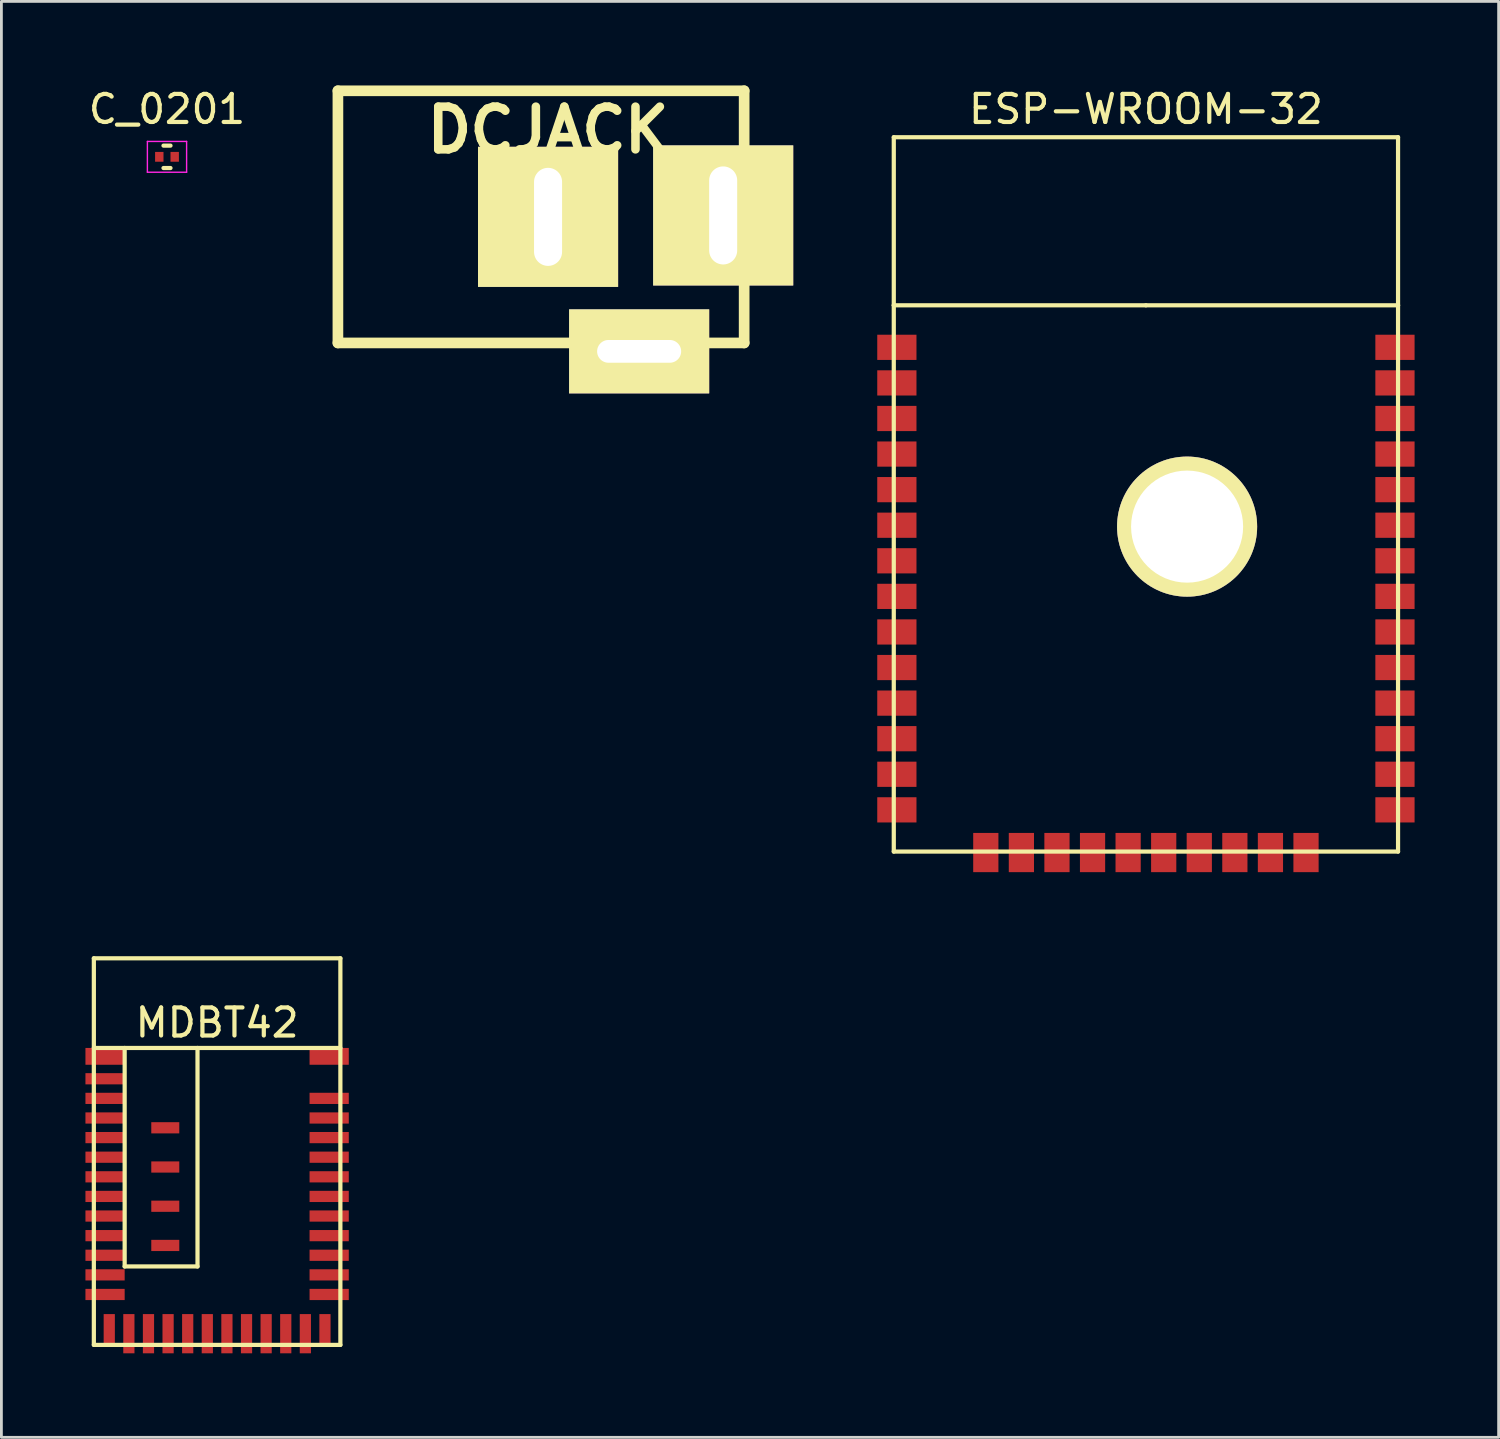
<source format=kicad_pcb>
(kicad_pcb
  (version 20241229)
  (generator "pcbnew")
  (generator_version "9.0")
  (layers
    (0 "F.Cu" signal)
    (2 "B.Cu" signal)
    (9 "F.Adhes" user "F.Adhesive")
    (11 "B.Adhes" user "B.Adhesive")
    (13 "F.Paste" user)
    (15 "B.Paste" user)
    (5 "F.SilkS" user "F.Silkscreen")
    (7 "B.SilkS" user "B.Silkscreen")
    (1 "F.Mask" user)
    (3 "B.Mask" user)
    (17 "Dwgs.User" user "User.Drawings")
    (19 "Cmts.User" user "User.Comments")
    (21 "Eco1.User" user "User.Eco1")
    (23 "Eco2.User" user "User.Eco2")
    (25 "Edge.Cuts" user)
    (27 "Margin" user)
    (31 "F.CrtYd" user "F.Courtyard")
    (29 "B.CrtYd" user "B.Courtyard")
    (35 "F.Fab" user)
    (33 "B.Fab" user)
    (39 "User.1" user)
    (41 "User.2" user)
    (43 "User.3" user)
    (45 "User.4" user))
  (footprint "ESP-WROOM-32"
    (layer "F.Cu")
    (at 37.854 9.348)
    (property "Reference" "ESP-WROOM-32" (at 0 -8.5 0) (layer "F.SilkS") (effects (font (size 1 1) (thickness 0.15))))
    (attr through_hole)
    (fp_line (start -9 -7.5) (end 9 -7.5) (stroke (width 0.15) (type solid)) (layer "F.SilkS"))
    (fp_line (start -9 -1.5) (end -9 -7.5) (stroke (width 0.15) (type solid)) (layer "F.SilkS"))
    (fp_line (start -9 -1.5) (end -9 18) (stroke (width 0.15) (type solid)) (layer "F.SilkS"))
    (fp_line (start -9 18) (end 9 18) (stroke (width 0.15) (type solid)) (layer "F.SilkS"))
    (fp_line (start 0 -1.5) (end -9 -1.5) (stroke (width 0.15) (type solid)) (layer "F.SilkS"))
    (fp_line (start 9 -7.5) (end 9 -1.5) (stroke (width 0.15) (type solid)) (layer "F.SilkS"))
    (fp_line (start 9 -1.5) (end 0 -1.5) (stroke (width 0.15) (type solid)) (layer "F.SilkS"))
    (fp_line (start 9 18) (end 9 -1.5) (stroke (width 0.15) (type solid)) (layer "F.SilkS"))
    (pad "1" smd rect (at -8.89 0) (size 1.4 0.9) (layers "F.Cu" "F.Mask" "F.Paste"))
    (pad "2" smd rect (at -8.89 1.27) (size 1.4 0.9) (layers "F.Cu" "F.Mask" "F.Paste"))
    (pad "3" smd rect (at -8.89 2.54) (size 1.4 0.9) (layers "F.Cu" "F.Mask" "F.Paste"))
    (pad "4" smd rect (at -8.89 3.81) (size 1.4 0.9) (layers "F.Cu" "F.Mask" "F.Paste"))
    (pad "5" smd rect (at -8.89 5.08) (size 1.4 0.9) (layers "F.Cu" "F.Mask" "F.Paste"))
    (pad "6" smd rect (at -8.89 6.35) (size 1.4 0.9) (layers "F.Cu" "F.Mask" "F.Paste"))
    (pad "7" smd rect (at -8.89 7.62) (size 1.4 0.9) (layers "F.Cu" "F.Mask" "F.Paste"))
    (pad "8" smd rect (at -8.89 8.89) (size 1.4 0.9) (layers "F.Cu" "F.Mask" "F.Paste"))
    (pad "9" smd rect (at -8.89 10.16) (size 1.4 0.9) (layers "F.Cu" "F.Mask" "F.Paste"))
    (pad "10" smd rect (at -8.89 11.43) (size 1.4 0.9) (layers "F.Cu" "F.Mask" "F.Paste"))
    (pad "11" smd rect (at -8.89 12.7) (size 1.4 0.9) (layers "F.Cu" "F.Mask" "F.Paste"))
    (pad "12" smd rect (at -8.89 13.97) (size 1.4 0.9) (layers "F.Cu" "F.Mask" "F.Paste"))
    (pad "13" smd rect (at -8.89 15.24) (size 1.4 0.9) (layers "F.Cu" "F.Mask" "F.Paste"))
    (pad "14" smd rect (at -8.89 16.51) (size 1.4 0.9) (layers "F.Cu" "F.Mask" "F.Paste"))
    (pad "15" smd rect (at -5.715 18.034 90) (size 1.4 0.9) (layers "F.Cu" "F.Mask" "F.Paste"))
    (pad "16" smd rect (at -4.445 18.034 90) (size 1.4 0.9) (layers "F.Cu" "F.Mask" "F.Paste"))
    (pad "17" smd rect (at -3.175 18.034 90) (size 1.4 0.9) (layers "F.Cu" "F.Mask" "F.Paste"))
    (pad "18" smd rect (at -1.905 18.034 90) (size 1.4 0.9) (layers "F.Cu" "F.Mask" "F.Paste"))
    (pad "19" smd rect (at -0.635 18.034 90) (size 1.4 0.9) (layers "F.Cu" "F.Mask" "F.Paste"))
    (pad "20" smd rect (at 0.635 18.034 90) (size 1.4 0.9) (layers "F.Cu" "F.Mask" "F.Paste"))
    (pad "21" smd rect (at 1.905 18.034 90) (size 1.4 0.9) (layers "F.Cu" "F.Mask" "F.Paste"))
    (pad "22" smd rect (at 3.175 18.034 90) (size 1.4 0.9) (layers "F.Cu" "F.Mask" "F.Paste"))
    (pad "23" smd rect (at 4.445 18.034 90) (size 1.4 0.9) (layers "F.Cu" "F.Mask" "F.Paste"))
    (pad "24" smd rect (at 5.715 18.034 90) (size 1.4 0.9) (layers "F.Cu" "F.Mask" "F.Paste"))
    (pad "25" smd rect (at 8.89 16.51) (size 1.4 0.9) (layers "F.Cu" "F.Mask" "F.Paste"))
    (pad "26" smd rect (at 8.89 15.24) (size 1.4 0.9) (layers "F.Cu" "F.Mask" "F.Paste"))
    (pad "27" smd rect (at 8.89 13.97) (size 1.4 0.9) (layers "F.Cu" "F.Mask" "F.Paste"))
    (pad "28" smd rect (at 8.89 12.7) (size 1.4 0.9) (layers "F.Cu" "F.Mask" "F.Paste"))
    (pad "29" smd rect (at 8.89 11.43) (size 1.4 0.9) (layers "F.Cu" "F.Mask" "F.Paste"))
    (pad "30" smd rect (at 8.89 10.16) (size 1.4 0.9) (layers "F.Cu" "F.Mask" "F.Paste"))
    (pad "31" smd rect (at 8.89 8.89) (size 1.4 0.9) (layers "F.Cu" "F.Mask" "F.Paste"))
    (pad "32" smd rect (at 8.89 7.62) (size 1.4 0.9) (layers "F.Cu" "F.Mask" "F.Paste"))
    (pad "33" smd rect (at 8.89 6.35) (size 1.4 0.9) (layers "F.Cu" "F.Mask" "F.Paste"))
    (pad "34" smd rect (at 8.89 5.08) (size 1.4 0.9) (layers "F.Cu" "F.Mask" "F.Paste"))
    (pad "35" smd rect (at 8.89 3.81) (size 1.4 0.9) (layers "F.Cu" "F.Mask" "F.Paste"))
    (pad "36" smd rect (at 8.89 2.54) (size 1.4 0.9) (layers "F.Cu" "F.Mask" "F.Paste"))
    (pad "37" smd rect (at 8.89 1.27) (size 1.4 0.9) (layers "F.Cu" "F.Mask" "F.Paste"))
    (pad "38" smd rect (at 8.89 0) (size 1.4 0.9) (layers "F.Cu" "F.Mask" "F.Paste"))
    (pad "39" thru_hole circle (at 1.47 6.4) (size 5 5) (drill 4) (layers "*.Cu" "*.Mask" "F.SilkS")))
  (footprint "MDBT42"
    (layer "F.Cu")
    (at 4.7 38.057)
    (property "Reference" "MDBT42" (at 0 -4.6 0) (layer "F.SilkS") (effects (font (size 1 1) (thickness 0.15))))
    (attr through_hole)
    (fp_line (start -4.4 -6.9) (end -4.4 6.9) (stroke (width 0.15) (type solid)) (layer "F.SilkS"))
    (fp_line (start -4.4 -3.7) (end 4.4 -3.7) (stroke (width 0.15) (type solid)) (layer "F.SilkS"))
    (fp_line (start -4.4 6.9) (end 4.4 6.9) (stroke (width 0.15) (type solid)) (layer "F.SilkS"))
    (fp_line (start -3.3 4.1) (end -3.3 -3.7) (stroke (width 0.15) (type solid)) (layer "F.SilkS"))
    (fp_line (start -0.7 -3.7) (end -0.7 4.1) (stroke (width 0.15) (type solid)) (layer "F.SilkS"))
    (fp_line (start -0.7 4.1) (end -3.3 4.1) (stroke (width 0.15) (type solid)) (layer "F.SilkS"))
    (fp_line (start 4.4 -6.9) (end -4.4 -6.9) (stroke (width 0.15) (type solid)) (layer "F.SilkS"))
    (fp_line (start 4.4 6.9) (end 4.4 -6.9) (stroke (width 0.15) (type solid)) (layer "F.SilkS"))
    (pad "1" smd rect (at -4 -3.4) (size 1.4 0.6) (layers "F.Cu" "F.Mask" "F.Paste"))
    (pad "2" smd rect (at -4 -2.6) (size 1.4 0.4) (layers "F.Cu" "F.Mask" "F.Paste"))
    (pad "3" smd rect (at -4 -1.9) (size 1.4 0.4) (layers "F.Cu" "F.Mask" "F.Paste"))
    (pad "4" smd rect (at -4 -1.2) (size 1.4 0.4) (layers "F.Cu" "F.Mask" "F.Paste"))
    (pad "5" smd rect (at -4 -0.5) (size 1.4 0.4) (layers "F.Cu" "F.Mask" "F.Paste"))
    (pad "6" smd rect (at -4 0.2) (size 1.4 0.4) (layers "F.Cu" "F.Mask" "F.Paste"))
    (pad "7" smd rect (at -4 0.9) (size 1.4 0.4) (layers "F.Cu" "F.Mask" "F.Paste"))
    (pad "8" smd rect (at -4 1.6) (size 1.4 0.4) (layers "F.Cu" "F.Mask" "F.Paste"))
    (pad "9" smd rect (at -4 2.3) (size 1.4 0.4) (layers "F.Cu" "F.Mask" "F.Paste"))
    (pad "10" smd rect (at -4 3) (size 1.4 0.4) (layers "F.Cu" "F.Mask" "F.Paste"))
    (pad "11" smd rect (at -4 3.7) (size 1.4 0.4) (layers "F.Cu" "F.Mask" "F.Paste"))
    (pad "12" smd rect (at -4 4.4) (size 1.4 0.4) (layers "F.Cu" "F.Mask" "F.Paste"))
    (pad "13" smd rect (at -4 5.1) (size 1.4 0.4) (layers "F.Cu" "F.Mask" "F.Paste"))
    (pad "14" smd rect (at -3.85 6.35) (size 0.4 1.1) (layers "F.Cu" "F.Mask" "F.Paste"))
    (pad "15" smd rect (at -3.15 6.5) (size 0.4 1.4) (layers "F.Cu" "F.Mask" "F.Paste"))
    (pad "16" smd rect (at -2.45 6.5) (size 0.4 1.4) (layers "F.Cu" "F.Mask" "F.Paste"))
    (pad "17" smd rect (at -1.75 6.5) (size 0.4 1.4) (layers "F.Cu" "F.Mask" "F.Paste"))
    (pad "18" smd rect (at -1.05 6.5) (size 0.4 1.4) (layers "F.Cu" "F.Mask" "F.Paste"))
    (pad "19" smd rect (at -0.35 6.5) (size 0.4 1.4) (layers "F.Cu" "F.Mask" "F.Paste"))
    (pad "20" smd rect (at 0.35 6.5) (size 0.4 1.4) (layers "F.Cu" "F.Mask" "F.Paste"))
    (pad "21" smd rect (at 1.05 6.5) (size 0.4 1.4) (layers "F.Cu" "F.Mask" "F.Paste"))
    (pad "22" smd rect (at 1.75 6.5) (size 0.4 1.4) (layers "F.Cu" "F.Mask" "F.Paste"))
    (pad "23" smd rect (at 2.45 6.5) (size 0.4 1.4) (layers "F.Cu" "F.Mask" "F.Paste"))
    (pad "24" smd rect (at 3.15 6.5) (size 0.4 1.4) (layers "F.Cu" "F.Mask" "F.Paste"))
    (pad "25" smd rect (at 3.85 6.35) (size 0.4 1.1) (layers "F.Cu" "F.Mask" "F.Paste"))
    (pad "26" smd rect (at 4 5.1) (size 1.4 0.4) (layers "F.Cu" "F.Mask" "F.Paste"))
    (pad "27" smd rect (at 4 4.4) (size 1.4 0.4) (layers "F.Cu" "F.Mask" "F.Paste"))
    (pad "28" smd rect (at 4 3.7) (size 1.4 0.4) (layers "F.Cu" "F.Mask" "F.Paste"))
    (pad "29" smd rect (at 4 3) (size 1.4 0.4) (layers "F.Cu" "F.Mask" "F.Paste"))
    (pad "30" smd rect (at 4 2.3) (size 1.4 0.4) (layers "F.Cu" "F.Mask" "F.Paste"))
    (pad "31" smd rect (at 4 1.6) (size 1.4 0.4) (layers "F.Cu" "F.Mask" "F.Paste"))
    (pad "32" smd rect (at 4 0.9) (size 1.4 0.4) (layers "F.Cu" "F.Mask" "F.Paste"))
    (pad "33" smd rect (at 4 0.2) (size 1.4 0.4) (layers "F.Cu" "F.Mask" "F.Paste"))
    (pad "34" smd rect (at 4 -0.5) (size 1.4 0.4) (layers "F.Cu" "F.Mask" "F.Paste"))
    (pad "35" smd rect (at 4 -1.2) (size 1.4 0.4) (layers "F.Cu" "F.Mask" "F.Paste"))
    (pad "36" smd rect (at 4 -1.9) (size 1.4 0.4) (layers "F.Cu" "F.Mask" "F.Paste"))
    (pad "37" smd rect (at 4 -3.4) (size 1.4 0.6) (layers "F.Cu" "F.Mask" "F.Paste"))
    (pad "38" smd rect (at -1.85 -0.85) (size 1 0.4) (layers "F.Cu" "F.Mask" "F.Paste"))
    (pad "39" smd rect (at -1.85 0.55) (size 1 0.4) (layers "F.Cu" "F.Mask" "F.Paste"))
    (pad "40" smd rect (at -1.85 1.95) (size 1 0.4) (layers "F.Cu" "F.Mask" "F.Paste"))
    (pad "41" smd rect (at -1.85 3.35) (size 1 0.4) (layers "F.Cu" "F.Mask" "F.Paste")))
  (footprint "DCJACK"
    (layer "F.Cu")
    (at 16.513 4.691)
    (property "Reference" "DCJACK" (at 0 -3.099 0) (layer "F.SilkS") (effects (font (size 1.524 1.524) (thickness 0.305))))
    (attr through_hole)
    (fp_line (start -7.501 -4.501) (end -7.501 4.501) (stroke (width 0.381) (type solid)) (layer "F.SilkS"))
    (fp_line (start -7.501 4.501) (end 7 4.501) (stroke (width 0.381) (type solid)) (layer "F.SilkS"))
    (fp_line (start 7 -4.501) (end -7.501 -4.501) (stroke (width 0.381) (type solid)) (layer "F.SilkS"))
    (fp_line (start 7 4.501) (end 7 -4.501) (stroke (width 0.381) (type solid)) (layer "F.SilkS"))
    (pad "1" thru_hole rect (at 6.251 -0.051) (size 5.001 5.001) (drill oval 1.001 3.5) (layers "*.Cu" "*.Mask" "F.SilkS"))
    (pad "2" thru_hole rect (at 0 0) (size 5.001 5.001) (drill oval 1.001 3.5) (layers "*.Cu" "*.Mask" "F.SilkS"))
    (pad "3" thru_hole rect (at 3.251 4.801) (size 5.001 3) (drill oval 3 0.813) (layers "*.Cu" "*.Mask" "F.SilkS")))
  (footprint "C_0201"
    (layer "F.Cu")
    (at 2.911 2.548)
    (property "Reference" "C_0201" (at 0 -1.7 0) (layer "F.SilkS") (effects (font (size 1 1) (thickness 0.15))))
    (attr smd)
    (fp_line (start -0.125 -0.4) (end 0.125 -0.4) (stroke (width 0.15) (type solid)) (layer "F.SilkS"))
    (fp_line (start 0.125 0.4) (end -0.125 0.4) (stroke (width 0.15) (type solid)) (layer "F.SilkS"))
    (fp_line (start -0.7 -0.55) (end -0.7 0.55) (stroke (width 0.05) (type solid)) (layer "F.CrtYd"))
    (fp_line (start -0.7 -0.55) (end 0.7 -0.55) (stroke (width 0.05) (type solid)) (layer "F.CrtYd"))
    (fp_line (start -0.7 0.55) (end 0.7 0.55) (stroke (width 0.05) (type solid)) (layer "F.CrtYd"))
    (fp_line (start 0.7 -0.55) (end 0.7 0.55) (stroke (width 0.05) (type solid)) (layer "F.CrtYd"))
    (pad "1" smd rect (at -0.275 0) (size 0.3 0.35) (layers "F.Cu" "F.Mask" "F.Paste"))
    (pad "2" smd rect (at 0.275 0) (size 0.3 0.35) (layers "F.Cu" "F.Mask" "F.Paste")))
  (gr_rect
    (start -3 -3)
    (end 50.444 48.257)
    (stroke (width 0.1) (type default))
    (fill no)
    (layer "Edge.Cuts")))
</source>
